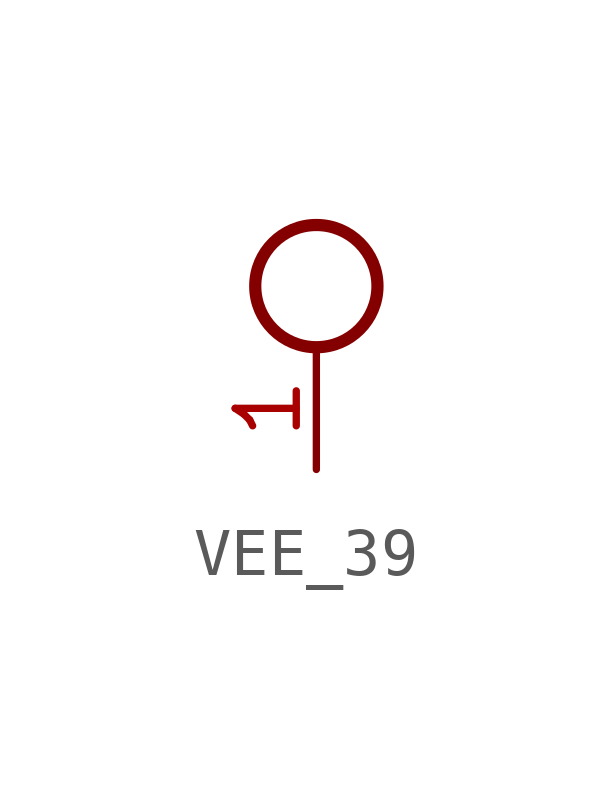
<source format=kicad_sym>
(kicad_symbol_lib
  (version 20231120)
  (generator "kicad_symbol_editor")
  (generator_version "8.0")
  (symbol "VEE_39"
    (power)
    (property "Reference" "#SUPPLY"
      (at 0 0 0)
      (effects (font (size 1.27 1.27)) (hide yes)))
    (property "ki_locked" ""
      (at 0 0 0)
      (effects (font (size 1.27 1.27))))
    (symbol "VEE_39_1_0"
      (circle (center 0 0) (radius 1.27) (stroke (width 0.254) (type solid)) (fill (type none)))
      (pin power_in line (at 0 -3.81 90) (length 2.54) (name "VEE" (effects (font (size 0 0)))) (number "1" (effects (font (size 1.27 1.27))))))))
</source>
